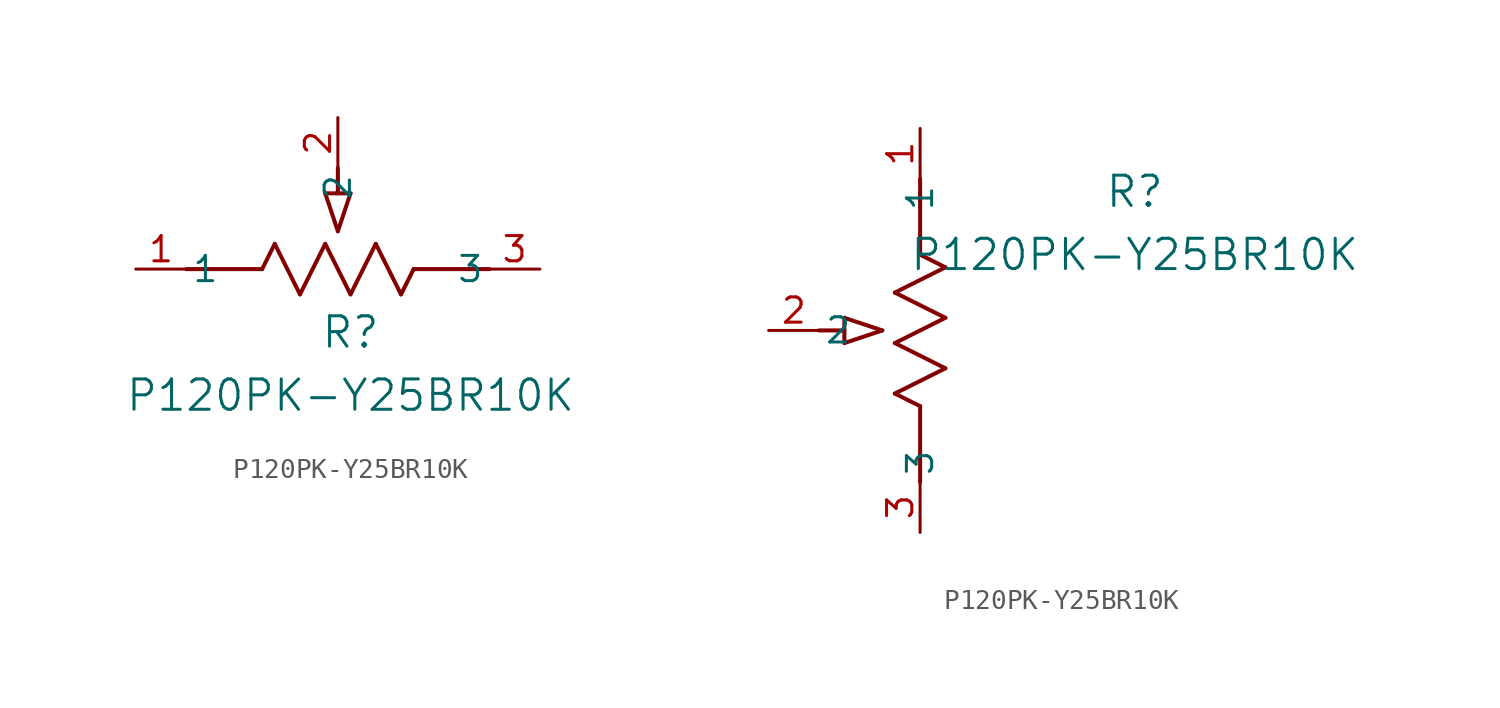
<source format=kicad_sym>
(kicad_symbol_lib
  (version 20211014)
  (generator kicad_symbol_editor)
  (symbol "P120PK-Y25BR10K"
    (pin_names
      (offset 0.254))
    (property "Reference" "R"
      (at 10.795 -3.175 0)
      (effects (font (size 1.524 1.524))))
    (property "Value" "P120PK-Y25BR10K"
      (at 10.795 -6.35 0)
      (effects (font (size 1.524 1.524))))
    (symbol "P120PK-Y25BR10K_1_1"
      (polyline (pts (xy 9.525 3.81) (xy 10.16 1.905)) (stroke (width 0.203) (type default) (color 0 0 0 0)) (fill (type none)))
      (polyline (pts (xy 10.795 3.81) (xy 10.16 1.905)) (stroke (width 0.203) (type default) (color 0 0 0 0)) (fill (type none)))
      (polyline (pts (xy 9.525 3.81) (xy 10.795 3.81)) (stroke (width 0.203) (type default) (color 0 0 0 0)) (fill (type none)))
      (polyline (pts (xy 10.16 3.81) (xy 10.16 5.08)) (stroke (width 0.203) (type default) (color 0 0 0 0)) (fill (type none)))
      (polyline (pts (xy 6.35 0) (xy 6.985 1.27)) (stroke (width 0.203) (type default) (color 0 0 0 0)) (fill (type none)))
      (polyline (pts (xy 9.525 1.27) (xy 10.795 -1.27)) (stroke (width 0.203) (type default) (color 0 0 0 0)) (fill (type none)))
      (polyline (pts (xy 10.795 -1.27) (xy 12.065 1.27)) (stroke (width 0.203) (type default) (color 0 0 0 0)) (fill (type none)))
      (polyline (pts (xy 8.255 -1.27) (xy 9.525 1.27)) (stroke (width 0.203) (type default) (color 0 0 0 0)) (fill (type none)))
      (polyline (pts (xy 6.985 1.27) (xy 8.255 -1.27)) (stroke (width 0.203) (type default) (color 0 0 0 0)) (fill (type none)))
      (polyline (pts (xy 13.335 -1.27) (xy 13.97 0)) (stroke (width 0.203) (type default) (color 0 0 0 0)) (fill (type none)))
      (polyline (pts (xy 13.97 0) (xy 17.78 0)) (stroke (width 0.203) (type default) (color 0 0 0 0)) (fill (type none)))
      (polyline (pts (xy 2.54 0) (xy 6.35 0)) (stroke (width 0.203) (type default) (color 0 0 0 0)) (fill (type none)))
      (polyline (pts (xy 12.065 1.27) (xy 13.335 -1.27)) (stroke (width 0.203) (type default) (color 0 0 0 0)) (fill (type none)))
      (pin unspecified line (at 20.32 0 180) (length 2.54) (name "3" (effects (font (size 1.27 1.27)))) (number "3" (effects (font (size 1.27 1.27)))))
      (pin unspecified line (at 10.16 7.62 270) (length 2.54) (name "2" (effects (font (size 1.27 1.27)))) (number "2" (effects (font (size 1.27 1.27)))))
      (pin unspecified line (at 0 0 0) (length 2.54) (name "1" (effects (font (size 1.27 1.27)))) (number "1" (effects (font (size 1.27 1.27))))))
    (symbol "P120PK-Y25BR10K_1_2"
      (polyline (pts (xy 0 -13.97) (xy -1.27 -13.335)) (stroke (width 0.203) (type default) (color 0 0 0 0)) (fill (type none)))
      (polyline (pts (xy 0 -17.78) (xy 0 -13.97)) (stroke (width 0.203) (type default) (color 0 0 0 0)) (fill (type none)))
      (polyline (pts (xy -3.81 -10.795) (xy -1.905 -10.16)) (stroke (width 0.203) (type default) (color 0 0 0 0)) (fill (type none)))
      (polyline (pts (xy -3.81 -9.525) (xy -1.905 -10.16)) (stroke (width 0.203) (type default) (color 0 0 0 0)) (fill (type none)))
      (polyline (pts (xy -3.81 -10.795) (xy -3.81 -9.525)) (stroke (width 0.203) (type default) (color 0 0 0 0)) (fill (type none)))
      (polyline (pts (xy 1.27 -12.065) (xy -1.27 -10.795)) (stroke (width 0.203) (type default) (color 0 0 0 0)) (fill (type none)))
      (polyline (pts (xy -1.27 -10.795) (xy 1.27 -9.525)) (stroke (width 0.203) (type default) (color 0 0 0 0)) (fill (type none)))
      (polyline (pts (xy 1.27 -9.525) (xy -1.27 -8.255)) (stroke (width 0.203) (type default) (color 0 0 0 0)) (fill (type none)))
      (polyline (pts (xy -1.27 -8.255) (xy 1.27 -6.985)) (stroke (width 0.203) (type default) (color 0 0 0 0)) (fill (type none)))
      (polyline (pts (xy 1.27 -6.985) (xy 0 -6.35)) (stroke (width 0.203) (type default) (color 0 0 0 0)) (fill (type none)))
      (polyline (pts (xy -1.27 -13.335) (xy 1.27 -12.065)) (stroke (width 0.203) (type default) (color 0 0 0 0)) (fill (type none)))
      (polyline (pts (xy 0 -6.35) (xy 0 -2.54)) (stroke (width 0.203) (type default) (color 0 0 0 0)) (fill (type none)))
      (polyline (pts (xy -3.81 -10.16) (xy -5.08 -10.16)) (stroke (width 0.203) (type default) (color 0 0 0 0)) (fill (type none)))
      (pin unspecified line (at 0 -20.32 90) (length 2.54) (name "3" (effects (font (size 1.27 1.27)))) (number "3" (effects (font (size 1.27 1.27)))))
      (pin unspecified line (at -7.62 -10.16 0) (length 2.54) (name "2" (effects (font (size 1.27 1.27)))) (number "2" (effects (font (size 1.27 1.27)))))
      (pin unspecified line (at 0 0 270) (length 2.54) (name "1" (effects (font (size 1.27 1.27)))) (number "1" (effects (font (size 1.27 1.27))))))))
</source>
